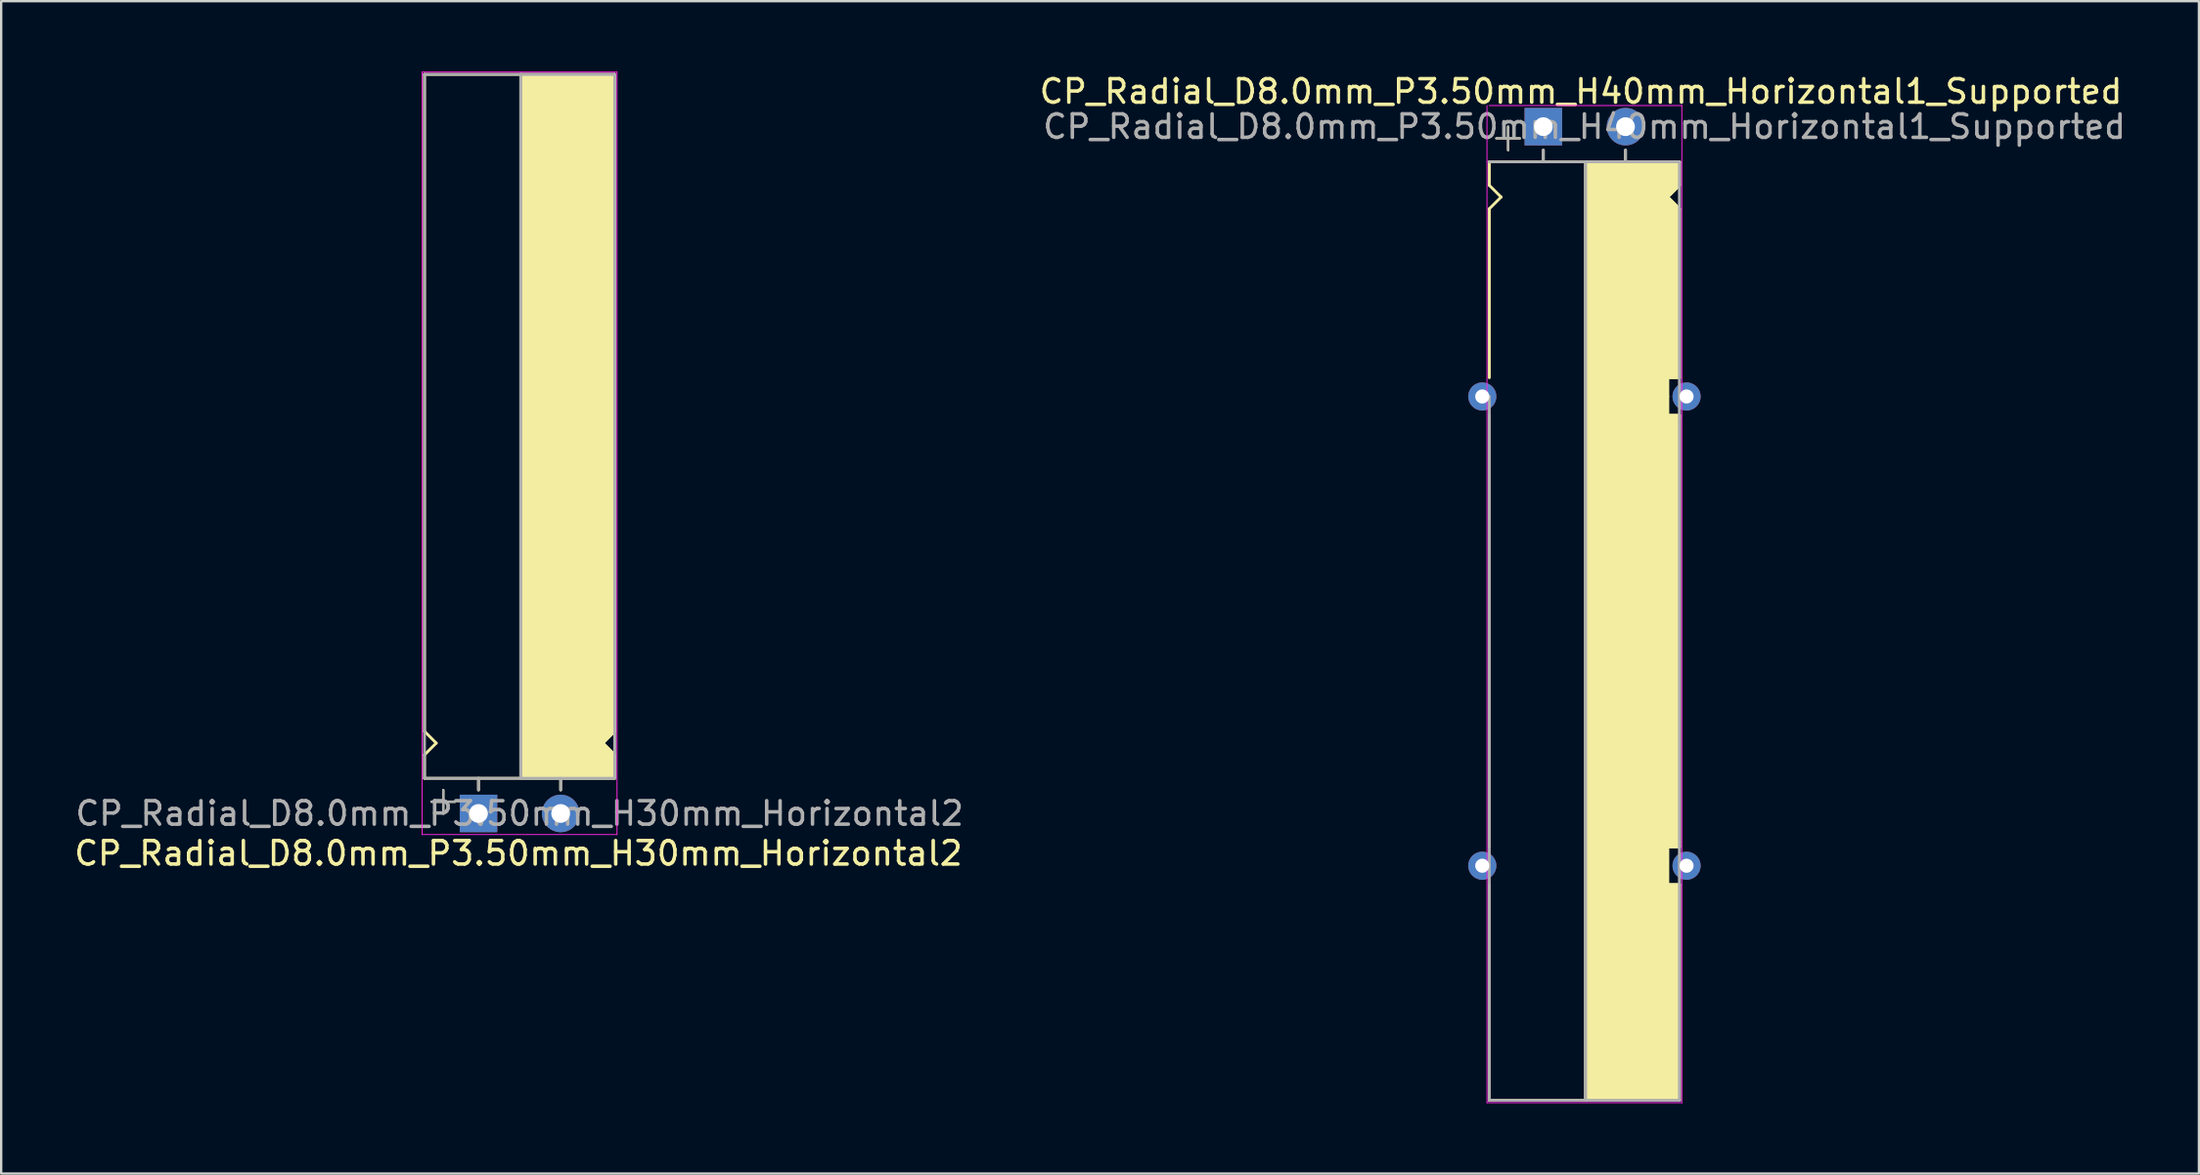
<source format=kicad_pcb>
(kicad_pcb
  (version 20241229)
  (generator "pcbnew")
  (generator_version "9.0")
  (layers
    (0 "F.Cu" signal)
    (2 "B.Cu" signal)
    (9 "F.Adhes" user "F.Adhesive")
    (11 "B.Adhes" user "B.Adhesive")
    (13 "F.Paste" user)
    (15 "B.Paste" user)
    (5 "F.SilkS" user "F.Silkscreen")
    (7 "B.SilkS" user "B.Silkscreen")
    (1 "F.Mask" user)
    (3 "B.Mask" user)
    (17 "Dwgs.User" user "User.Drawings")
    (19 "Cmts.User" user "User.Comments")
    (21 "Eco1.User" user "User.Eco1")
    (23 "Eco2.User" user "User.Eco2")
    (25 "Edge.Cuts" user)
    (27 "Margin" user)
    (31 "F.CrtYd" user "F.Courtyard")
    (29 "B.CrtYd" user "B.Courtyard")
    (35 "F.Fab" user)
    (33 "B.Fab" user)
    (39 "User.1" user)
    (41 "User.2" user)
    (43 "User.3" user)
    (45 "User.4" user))
  (footprint "CP_Radial_D8.0mm_P3.50mm_H30mm_Horizontal2"
    (layer "F.Cu")
    (at 17.33 31.62)
    (property "Reference" "CP_Radial_D8.0mm_P3.50mm_H30mm_Horizontal2" (at 1.7 1.7 0) (layer "F.SilkS") (effects (font (size 1 1) (thickness 0.15))))
    (attr through_hole)
    (fp_line (start -2.3 -31.5) (end 5.8 -31.5) (stroke (width 0.12) (type solid)) (layer "F.SilkS"))
    (fp_line (start -2.3 -3.5) (end -2.3 -31.5) (stroke (width 0.12) (type solid)) (layer "F.SilkS"))
    (fp_line (start -2.3 -3.5) (end -1.8 -3) (stroke (width 0.12) (type solid)) (layer "F.SilkS"))
    (fp_line (start -2.3 -2.5) (end -2.3 -1.5) (stroke (width 0.12) (type solid)) (layer "F.SilkS"))
    (fp_line (start -2.3 -1.5) (end 5.8 -1.5) (stroke (width 0.12) (type solid)) (layer "F.SilkS"))
    (fp_line (start -2 -0.5) (end -1 -0.5) (stroke (width 0.1) (type solid)) (layer "F.SilkS"))
    (fp_line (start -1.8 -3) (end -2.3 -2.5) (stroke (width 0.12) (type solid)) (layer "F.SilkS"))
    (fp_line (start -1.5 0) (end -1.5 -1) (stroke (width 0.1) (type solid)) (layer "F.SilkS"))
    (fp_line (start 0 -1) (end 0 -1.5) (stroke (width 0.12) (type solid)) (layer "F.SilkS"))
    (fp_line (start 1.8 -31.5) (end 1.8 -1.5) (stroke (width 0.12) (type solid)) (layer "F.SilkS"))
    (fp_line (start 3.5 -1) (end 3.5 -1.5) (stroke (width 0.12) (type solid)) (layer "F.SilkS"))
    (fp_line (start 5.3 -3) (end 5.8 -3.5) (stroke (width 0.12) (type solid)) (layer "F.SilkS"))
    (fp_line (start 5.8 -11.5) (end 5.8 -31.5) (stroke (width 0.12) (type solid)) (layer "F.SilkS"))
    (fp_line (start 5.8 -3.5) (end 5.8 -11.5) (stroke (width 0.12) (type solid)) (layer "F.SilkS"))
    (fp_line (start 5.8 -2.5) (end 5.3 -3) (stroke (width 0.12) (type solid)) (layer "F.SilkS"))
    (fp_line (start 5.8 -1.5) (end 5.8 -2.5) (stroke (width 0.12) (type solid)) (layer "F.SilkS"))
    (fp_poly (pts (xy 5.8 -3.5) (xy 5.3 -3) (xy 5.8 -2.5) (xy 5.8 -1.5) (xy 1.8 -1.5) (xy 1.8 -31.5) (xy 5.8 -31.5)) (stroke (width 0.1) (type solid)) (fill yes) (layer "F.SilkS"))
    (fp_line (start -2.4 -31.6) (end -2.4 -1.5) (stroke (width 0.04) (type solid)) (layer "F.CrtYd"))
    (fp_line (start -2.4 -1.5) (end -2.4 0.9) (stroke (width 0.04) (type solid)) (layer "F.CrtYd"))
    (fp_line (start -2.4 0.9) (end 5.9 0.9) (stroke (width 0.04) (type solid)) (layer "F.CrtYd"))
    (fp_line (start 5.9 -31.6) (end -2.4 -31.6) (stroke (width 0.04) (type solid)) (layer "F.CrtYd"))
    (fp_line (start 5.9 0.9) (end 5.9 -31.6) (stroke (width 0.04) (type solid)) (layer "F.CrtYd"))
    (fp_line (start -2.3 -31.5) (end -2.3 -1.5) (stroke (width 0.12) (type solid)) (layer "F.Fab"))
    (fp_line (start -2.3 -1.5) (end 5.8 -1.5) (stroke (width 0.12) (type solid)) (layer "F.Fab"))
    (fp_line (start -2 -0.5) (end -1 -0.5) (stroke (width 0.1) (type solid)) (layer "F.Fab"))
    (fp_line (start -1.5 0) (end -1.5 -1) (stroke (width 0.1) (type solid)) (layer "F.Fab"))
    (fp_line (start 0 -1.5) (end 0 -1) (stroke (width 0.12) (type solid)) (layer "F.Fab"))
    (fp_line (start 1.8 -1.5) (end 1.8 -31.5) (stroke (width 0.12) (type solid)) (layer "F.Fab"))
    (fp_line (start 3.5 -1.5) (end 3.5 -1) (stroke (width 0.12) (type solid)) (layer "F.Fab"))
    (fp_line (start 5.8 -31.5) (end -2.3 -31.5) (stroke (width 0.12) (type solid)) (layer "F.Fab"))
    (fp_line (start 5.8 -1.5) (end 5.8 -31.5) (stroke (width 0.12) (type solid)) (layer "F.Fab"))
    (fp_poly (pts (xy 5.8 -31.5) (xy 1.8 -31.5) (xy 1.8 -1.5) (xy 5.8 -1.5)) (stroke (width 0.1) (type solid)) (fill no) (layer "F.Fab"))
    (fp_text user "${REFERENCE}" (at 1.75 0 0) (layer "F.Fab") (effects (font (size 1 1) (thickness 0.15))))
    (pad "1" thru_hole rect (at 0 0) (size 1.6 1.6) (drill 0.8) (layers "*.Cu" "*.Mask"))
    (pad "2" thru_hole circle (at 3.5 0) (size 1.6 1.6) (drill 0.8) (layers "*.Cu" "*.Mask")))
  (footprint "CP_Radial_D8.0mm_P3.50mm_H40mm_Horizontal1_Supported"
    (layer "F.Cu")
    (at 62.682 2.348)
    (property "Reference" "CP_Radial_D8.0mm_P3.50mm_H40mm_Horizontal1_Supported" (at 1.6 -1.5 0) (layer "F.SilkS") (effects (font (size 1 1) (thickness 0.15))))
    (attr through_hole)
    (fp_line (start -2.3 1.5) (end 5.8 1.5) (stroke (width 0.12) (type solid)) (layer "F.SilkS"))
    (fp_line (start -2.3 2.5) (end -2.3 1.5) (stroke (width 0.12) (type solid)) (layer "F.SilkS"))
    (fp_line (start -2.3 3.5) (end -2.3 10.7) (stroke (width 0.12) (type solid)) (layer "F.SilkS"))
    (fp_line (start -2.3 3.5) (end -1.8 3) (stroke (width 0.12) (type solid)) (layer "F.SilkS"))
    (fp_line (start -2.3 12.3) (end -2.3 30.7) (stroke (width 0.12) (type solid)) (layer "F.SilkS"))
    (fp_line (start -2.3 32.3) (end -2.3 41.5) (stroke (width 0.12) (type solid)) (layer "F.SilkS"))
    (fp_line (start -2.3 41.5) (end 5.8 41.5) (stroke (width 0.12) (type solid)) (layer "F.SilkS"))
    (fp_line (start -2 0.5) (end -1 0.5) (stroke (width 0.1) (type solid)) (layer "F.SilkS"))
    (fp_line (start -1.8 3) (end -2.3 2.5) (stroke (width 0.12) (type solid)) (layer "F.SilkS"))
    (fp_line (start -1.5 1) (end -1.5 0) (stroke (width 0.1) (type solid)) (layer "F.SilkS"))
    (fp_line (start 0 1) (end 0 1.5) (stroke (width 0.12) (type solid)) (layer "F.SilkS"))
    (fp_line (start 1.8 41.5) (end 1.8 1.5) (stroke (width 0.12) (type solid)) (layer "F.SilkS"))
    (fp_line (start 3.5 1) (end 3.5 1.5) (stroke (width 0.12) (type solid)) (layer "F.SilkS"))
    (fp_line (start 5.3 3) (end 5.8 2.5) (stroke (width 0.12) (type solid)) (layer "F.SilkS"))
    (fp_line (start 5.3 10.7) (end 5.8 10.7) (stroke (width 0.12) (type solid)) (layer "F.SilkS"))
    (fp_line (start 5.3 11.5) (end 5.3 10.7) (stroke (width 0.12) (type solid)) (layer "F.SilkS"))
    (fp_line (start 5.3 11.5) (end 5.3 12.3) (stroke (width 0.12) (type solid)) (layer "F.SilkS"))
    (fp_line (start 5.3 30.7) (end 5.3 32.3) (stroke (width 0.12) (type solid)) (layer "F.SilkS"))
    (fp_line (start 5.3 30.7) (end 5.8 30.7) (stroke (width 0.12) (type solid)) (layer "F.SilkS"))
    (fp_line (start 5.3 32.3) (end 5.8 32.3) (stroke (width 0.12) (type solid)) (layer "F.SilkS"))
    (fp_line (start 5.8 2.5) (end 5.8 1.5) (stroke (width 0.12) (type solid)) (layer "F.SilkS"))
    (fp_line (start 5.8 3.5) (end 5.3 3) (stroke (width 0.12) (type solid)) (layer "F.SilkS"))
    (fp_line (start 5.8 10.7) (end 5.8 3.5) (stroke (width 0.12) (type solid)) (layer "F.SilkS"))
    (fp_line (start 5.8 12.3) (end 5.3 12.3) (stroke (width 0.12) (type solid)) (layer "F.SilkS"))
    (fp_line (start 5.8 12.4) (end 5.8 12.3) (stroke (width 0.12) (type solid)) (layer "F.SilkS"))
    (fp_line (start 5.8 12.4) (end 5.8 30.7) (stroke (width 0.12) (type solid)) (layer "F.SilkS"))
    (fp_line (start 5.8 32.3) (end 5.8 41.5) (stroke (width 0.12) (type solid)) (layer "F.SilkS"))
    (fp_poly (pts (xy 5.8 2.5) (xy 5.3 3) (xy 5.8 3.5) (xy 5.8 10.7) (xy 5.3 10.7) (xy 5.3 12.3) (xy 5.8 12.3) (xy 5.8 30.7) (xy 5.3 30.7) (xy 5.3 32.3) (xy 5.8 32.3) (xy 5.8 41.5) (xy 1.8 41.5) (xy 1.8 1.5) (xy 5.8 1.5)) (stroke (width 0.1) (type solid)) (fill yes) (layer "F.SilkS"))
    (fp_line (start -2.4 1.5) (end -2.4 -0.9) (stroke (width 0.04) (type solid)) (layer "F.CrtYd"))
    (fp_line (start -2.4 41.6) (end -2.4 1.5) (stroke (width 0.04) (type solid)) (layer "F.CrtYd"))
    (fp_line (start -2.3 -0.9) (end 5.9 -0.9) (stroke (width 0.04) (type solid)) (layer "F.CrtYd"))
    (fp_line (start 5.9 -0.9) (end 5.9 41.6) (stroke (width 0.04) (type solid)) (layer "F.CrtYd"))
    (fp_line (start 5.9 41.6) (end -2.4 41.6) (stroke (width 0.04) (type solid)) (layer "F.CrtYd"))
    (fp_line (start -2.3 1.5) (end 5.8 1.5) (stroke (width 0.12) (type solid)) (layer "F.Fab"))
    (fp_line (start -2.3 41.5) (end -2.3 11.5) (stroke (width 0.12) (type solid)) (layer "F.Fab"))
    (fp_line (start -2 0.5) (end -1 0.5) (stroke (width 0.1) (type solid)) (layer "F.Fab"))
    (fp_line (start -1.5 1) (end -1.5 0) (stroke (width 0.1) (type solid)) (layer "F.Fab"))
    (fp_line (start 0 1.5) (end 0 1) (stroke (width 0.12) (type solid)) (layer "F.Fab"))
    (fp_line (start 1.8 1.5) (end 1.8 41.5) (stroke (width 0.12) (type solid)) (layer "F.Fab"))
    (fp_line (start 3.5 1.5) (end 3.5 1) (stroke (width 0.12) (type solid)) (layer "F.Fab"))
    (fp_line (start 5.8 1.5) (end 5.8 41.5) (stroke (width 0.12) (type solid)) (layer "F.Fab"))
    (fp_line (start 5.8 41.5) (end -2.3 41.5) (stroke (width 0.12) (type solid)) (layer "F.Fab"))
    (fp_poly (pts (xy 5.8 41.5) (xy 1.8 41.5) (xy 1.8 1.5) (xy 5.8 1.5)) (stroke (width 0.1) (type solid)) (fill no) (layer "F.Fab"))
    (fp_text user "${REFERENCE}" (at 1.75 0 0) (layer "F.Fab") (effects (font (size 1 1) (thickness 0.15))))
    (pad "" thru_hole circle (at -2.6 11.5) (size 1.2 1.2) (drill 0.6) (layers "*.Cu" "*.Mask"))
    (pad "" thru_hole circle (at -2.6 31.5) (size 1.2 1.2) (drill 0.6) (layers "*.Cu" "*.Mask"))
    (pad "" thru_hole circle (at 6.1 11.5) (size 1.2 1.2) (drill 0.6) (layers "*.Cu" "*.Mask"))
    (pad "" thru_hole circle (at 6.1 31.5) (size 1.2 1.2) (drill 0.6) (layers "*.Cu" "*.Mask"))
    (pad "1" thru_hole rect (at 0 0) (size 1.6 1.6) (drill 0.8) (layers "*.Cu" "*.Mask"))
    (pad "2" thru_hole circle (at 3.5 0) (size 1.6 1.6) (drill 0.8) (layers "*.Cu" "*.Mask")))
  (gr_rect
    (start -3 -3)
    (end 90.605 46.968)
    (stroke (width 0.1) (type default))
    (fill no)
    (layer "Edge.Cuts")))
</source>
